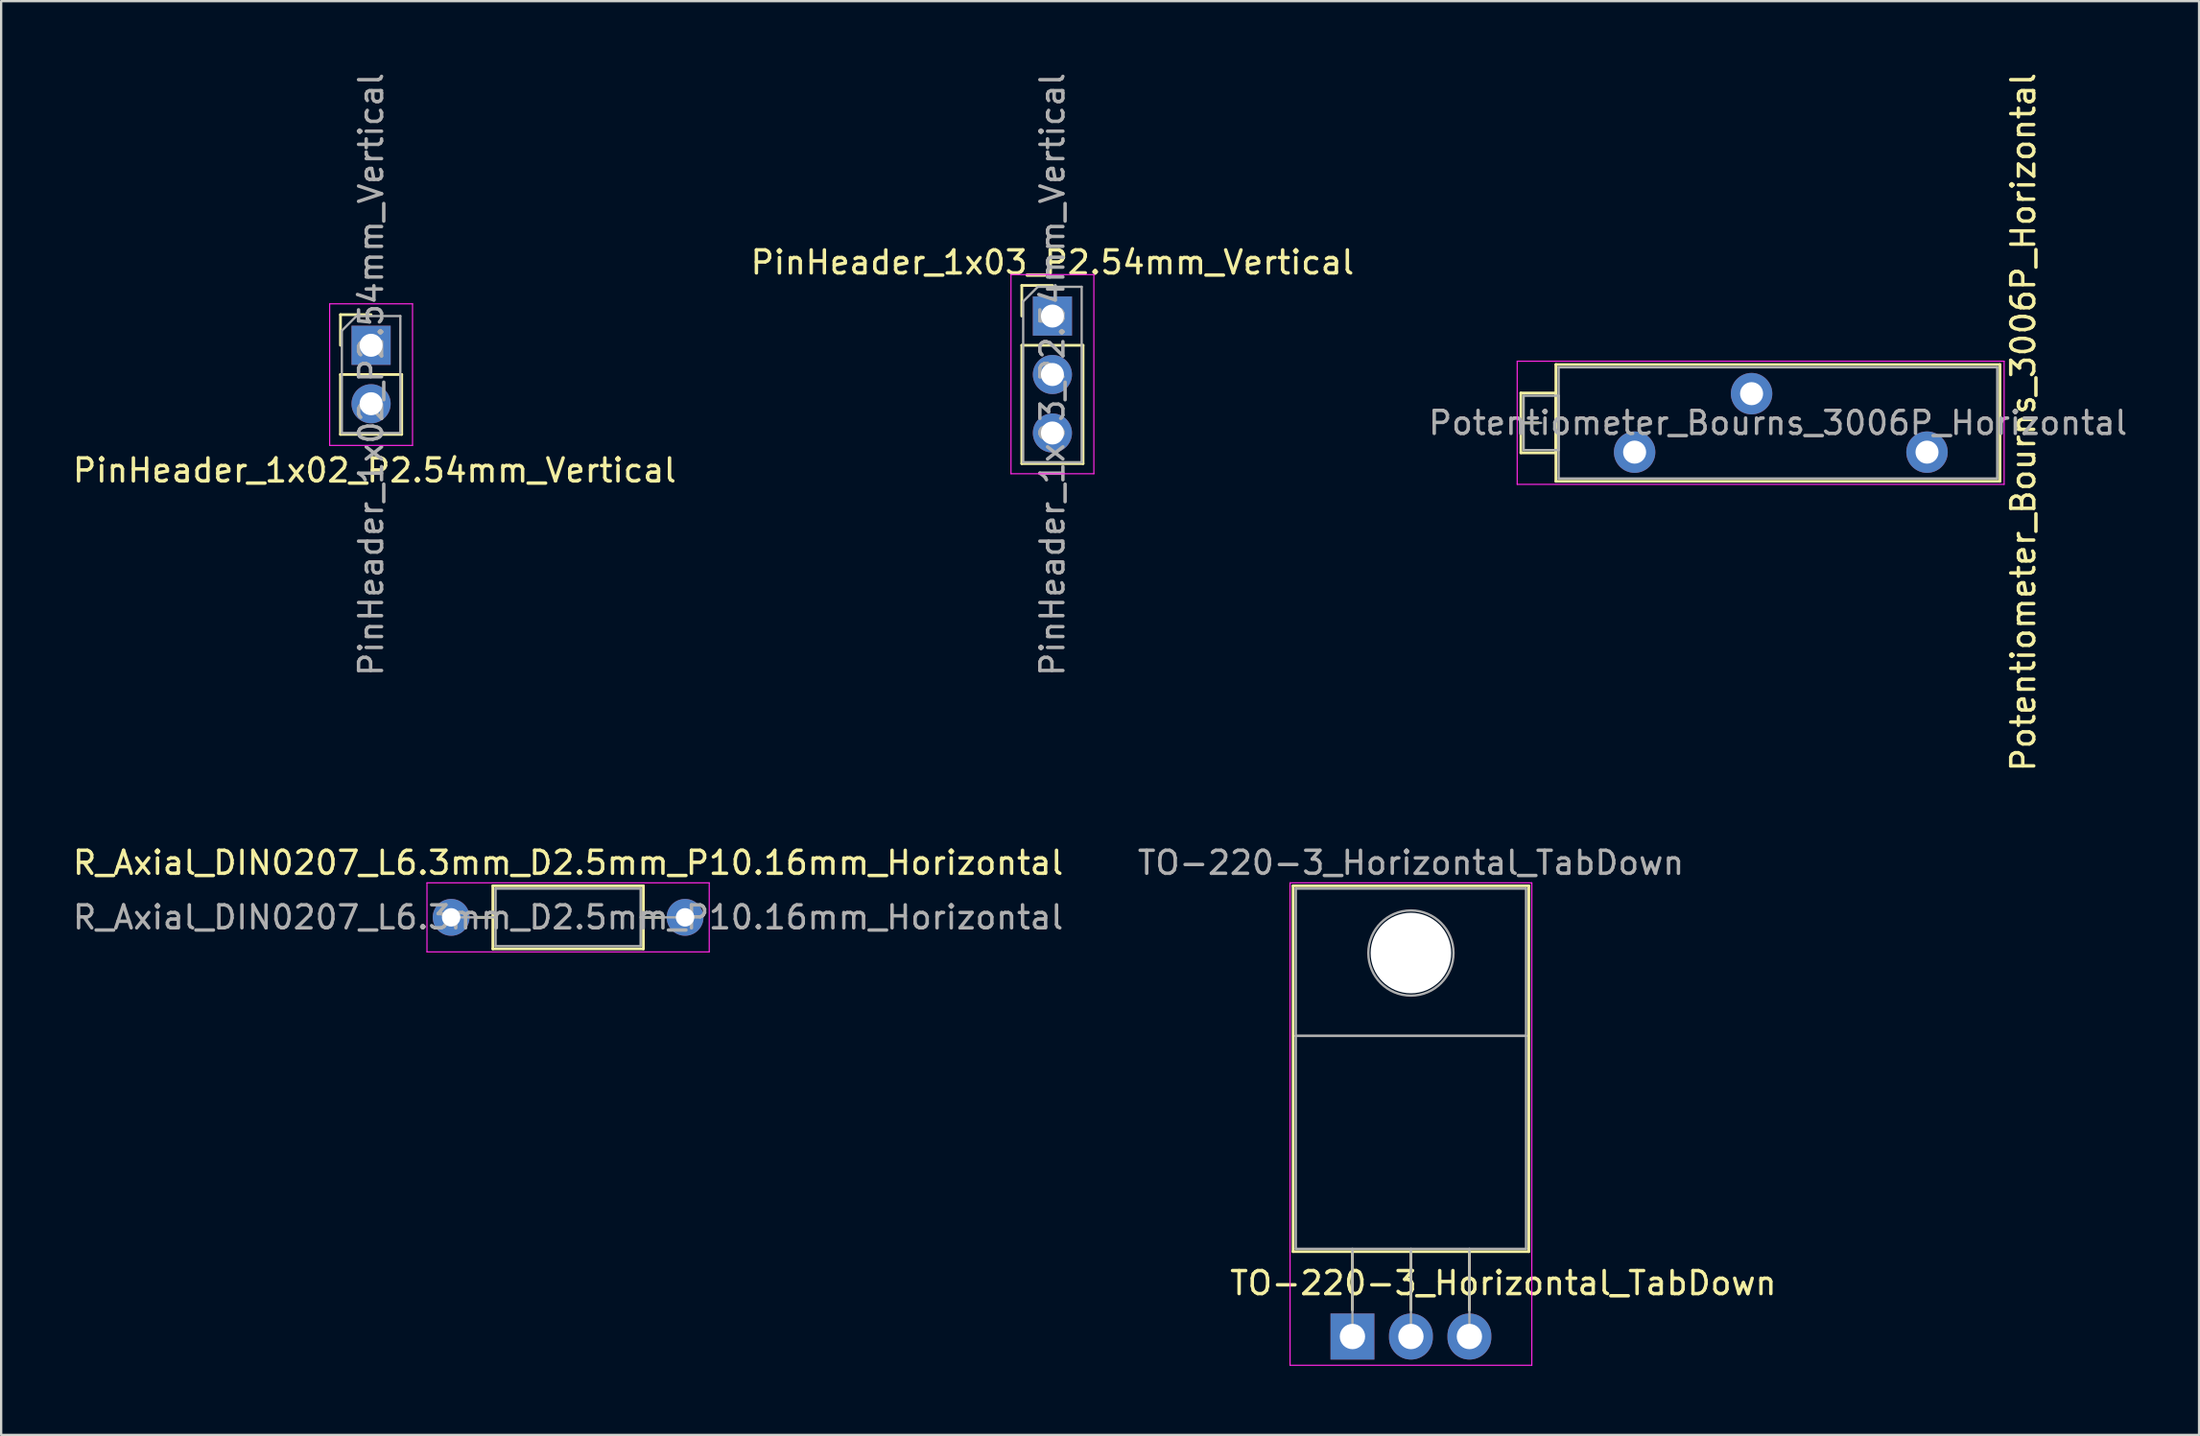
<source format=kicad_pcb>
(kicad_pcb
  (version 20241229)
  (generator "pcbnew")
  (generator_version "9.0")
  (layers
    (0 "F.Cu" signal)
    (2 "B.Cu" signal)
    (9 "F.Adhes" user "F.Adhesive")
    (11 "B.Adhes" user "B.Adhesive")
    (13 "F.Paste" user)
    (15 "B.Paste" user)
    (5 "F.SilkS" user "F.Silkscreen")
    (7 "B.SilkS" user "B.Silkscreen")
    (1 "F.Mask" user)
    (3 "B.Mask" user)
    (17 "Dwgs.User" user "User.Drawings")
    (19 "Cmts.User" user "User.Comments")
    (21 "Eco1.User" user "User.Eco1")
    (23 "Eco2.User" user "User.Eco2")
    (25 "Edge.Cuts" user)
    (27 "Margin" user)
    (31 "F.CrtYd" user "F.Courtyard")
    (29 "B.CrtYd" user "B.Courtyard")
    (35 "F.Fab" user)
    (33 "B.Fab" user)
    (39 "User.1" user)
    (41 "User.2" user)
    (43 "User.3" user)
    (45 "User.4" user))
  (footprint "PinHeader_1x03_P2.54mm_Vertical"
    (layer "F.Cu")
    (at 42.661 10.68)
    (property "Reference" "PinHeader_1x03_P2.54mm_Vertical" (at 0 -2.33 0) (layer "F.SilkS") (effects (font (size 1 1) (thickness 0.15))))
    (attr through_hole)
    (fp_line (start -1.33 -1.33) (end 0 -1.33) (stroke (width 0.12) (type solid)) (layer "F.SilkS"))
    (fp_line (start -1.33 0) (end -1.33 -1.33) (stroke (width 0.12) (type solid)) (layer "F.SilkS"))
    (fp_line (start -1.33 1.27) (end -1.33 6.41) (stroke (width 0.12) (type solid)) (layer "F.SilkS"))
    (fp_line (start -1.33 1.27) (end 1.33 1.27) (stroke (width 0.12) (type solid)) (layer "F.SilkS"))
    (fp_line (start -1.33 6.41) (end 1.33 6.41) (stroke (width 0.12) (type solid)) (layer "F.SilkS"))
    (fp_line (start 1.33 1.27) (end 1.33 6.41) (stroke (width 0.12) (type solid)) (layer "F.SilkS"))
    (fp_line (start -1.8 -1.8) (end -1.8 6.85) (stroke (width 0.05) (type solid)) (layer "F.CrtYd"))
    (fp_line (start -1.8 6.85) (end 1.8 6.85) (stroke (width 0.05) (type solid)) (layer "F.CrtYd"))
    (fp_line (start 1.8 -1.8) (end -1.8 -1.8) (stroke (width 0.05) (type solid)) (layer "F.CrtYd"))
    (fp_line (start 1.8 6.85) (end 1.8 -1.8) (stroke (width 0.05) (type solid)) (layer "F.CrtYd"))
    (fp_line (start -1.27 -0.635) (end -0.635 -1.27) (stroke (width 0.1) (type solid)) (layer "F.Fab"))
    (fp_line (start -1.27 6.35) (end -1.27 -0.635) (stroke (width 0.1) (type solid)) (layer "F.Fab"))
    (fp_line (start -0.635 -1.27) (end 1.27 -1.27) (stroke (width 0.1) (type solid)) (layer "F.Fab"))
    (fp_line (start 1.27 -1.27) (end 1.27 6.35) (stroke (width 0.1) (type solid)) (layer "F.Fab"))
    (fp_line (start 1.27 6.35) (end -1.27 6.35) (stroke (width 0.1) (type solid)) (layer "F.Fab"))
    (fp_text user "${REFERENCE}" (at 0 2.54 90) (layer "F.Fab") (effects (font (size 1 1) (thickness 0.15))))
    (pad "1" thru_hole rect (at 0 0) (size 1.7 1.7) (drill 1) (layers "*.Cu" "*.Mask"))
    (pad "2" thru_hole oval (at 0 2.54) (size 1.7 1.7) (drill 1) (layers "*.Cu" "*.Mask"))
    (pad "3" thru_hole oval (at 0 5.08) (size 1.7 1.7) (drill 1) (layers "*.Cu" "*.Mask")))
  (footprint "PinHeader_1x02_P2.54mm_Vertical"
    (layer "F.Cu")
    (at 13.068 11.95)
    (property "Reference" "PinHeader_1x02_P2.54mm_Vertical" (at 0.152 5.436 0) (layer "F.SilkS") (effects (font (size 1 1) (thickness 0.15))))
    (attr through_hole)
    (fp_line (start -1.33 -1.33) (end 0 -1.33) (stroke (width 0.12) (type solid)) (layer "F.SilkS"))
    (fp_line (start -1.33 0) (end -1.33 -1.33) (stroke (width 0.12) (type solid)) (layer "F.SilkS"))
    (fp_line (start -1.33 1.27) (end -1.33 3.87) (stroke (width 0.12) (type solid)) (layer "F.SilkS"))
    (fp_line (start -1.33 1.27) (end 1.33 1.27) (stroke (width 0.12) (type solid)) (layer "F.SilkS"))
    (fp_line (start -1.33 3.87) (end 1.33 3.87) (stroke (width 0.12) (type solid)) (layer "F.SilkS"))
    (fp_line (start 1.33 1.27) (end 1.33 3.87) (stroke (width 0.12) (type solid)) (layer "F.SilkS"))
    (fp_line (start -1.8 -1.8) (end -1.8 4.35) (stroke (width 0.05) (type solid)) (layer "F.CrtYd"))
    (fp_line (start -1.8 4.35) (end 1.8 4.35) (stroke (width 0.05) (type solid)) (layer "F.CrtYd"))
    (fp_line (start 1.8 -1.8) (end -1.8 -1.8) (stroke (width 0.05) (type solid)) (layer "F.CrtYd"))
    (fp_line (start 1.8 4.35) (end 1.8 -1.8) (stroke (width 0.05) (type solid)) (layer "F.CrtYd"))
    (fp_line (start -1.27 -0.635) (end -0.635 -1.27) (stroke (width 0.1) (type solid)) (layer "F.Fab"))
    (fp_line (start -1.27 3.81) (end -1.27 -0.635) (stroke (width 0.1) (type solid)) (layer "F.Fab"))
    (fp_line (start -0.635 -1.27) (end 1.27 -1.27) (stroke (width 0.1) (type solid)) (layer "F.Fab"))
    (fp_line (start 1.27 -1.27) (end 1.27 3.81) (stroke (width 0.1) (type solid)) (layer "F.Fab"))
    (fp_line (start 1.27 3.81) (end -1.27 3.81) (stroke (width 0.1) (type solid)) (layer "F.Fab"))
    (fp_text user "${REFERENCE}" (at 0 1.27 270) (layer "F.Fab") (effects (font (size 1 1) (thickness 0.15))))
    (pad "1" thru_hole rect (at 0 0) (size 1.7 1.7) (drill 1) (layers "*.Cu" "*.Mask"))
    (pad "2" thru_hole oval (at 0 2.54) (size 1.7 1.7) (drill 1) (layers "*.Cu" "*.Mask")))
  (footprint "R_Axial_DIN0207_L6.3mm_D2.5mm_P10.16mm_Horizontal"
    (layer "F.Cu")
    (at 16.545 36.802)
    (property "Reference" "R_Axial_DIN0207_L6.3mm_D2.5mm_P10.16mm_Horizontal" (at 5.08 -2.37 0) (layer "F.SilkS") (effects (font (size 1 1) (thickness 0.15))))
    (attr through_hole)
    (fp_line (start 1.04 0) (end 1.81 0) (stroke (width 0.12) (type solid)) (layer "F.SilkS"))
    (fp_line (start 1.81 -1.37) (end 1.81 1.37) (stroke (width 0.12) (type solid)) (layer "F.SilkS"))
    (fp_line (start 1.81 1.37) (end 8.35 1.37) (stroke (width 0.12) (type solid)) (layer "F.SilkS"))
    (fp_line (start 8.35 -1.37) (end 1.81 -1.37) (stroke (width 0.12) (type solid)) (layer "F.SilkS"))
    (fp_line (start 8.35 1.37) (end 8.35 -1.37) (stroke (width 0.12) (type solid)) (layer "F.SilkS"))
    (fp_line (start 9.12 0) (end 8.35 0) (stroke (width 0.12) (type solid)) (layer "F.SilkS"))
    (fp_line (start -1.05 -1.5) (end -1.05 1.5) (stroke (width 0.05) (type solid)) (layer "F.CrtYd"))
    (fp_line (start -1.05 1.5) (end 11.21 1.5) (stroke (width 0.05) (type solid)) (layer "F.CrtYd"))
    (fp_line (start 11.21 -1.5) (end -1.05 -1.5) (stroke (width 0.05) (type solid)) (layer "F.CrtYd"))
    (fp_line (start 11.21 1.5) (end 11.21 -1.5) (stroke (width 0.05) (type solid)) (layer "F.CrtYd"))
    (fp_line (start 0 0) (end 1.93 0) (stroke (width 0.1) (type solid)) (layer "F.Fab"))
    (fp_line (start 1.93 -1.25) (end 1.93 1.25) (stroke (width 0.1) (type solid)) (layer "F.Fab"))
    (fp_line (start 1.93 1.25) (end 8.23 1.25) (stroke (width 0.1) (type solid)) (layer "F.Fab"))
    (fp_line (start 8.23 -1.25) (end 1.93 -1.25) (stroke (width 0.1) (type solid)) (layer "F.Fab"))
    (fp_line (start 8.23 1.25) (end 8.23 -1.25) (stroke (width 0.1) (type solid)) (layer "F.Fab"))
    (fp_line (start 10.16 0) (end 8.23 0) (stroke (width 0.1) (type solid)) (layer "F.Fab"))
    (fp_text user "${REFERENCE}" (at 5.08 0 0) (layer "F.Fab") (effects (font (size 1 1) (thickness 0.15))))
    (pad "1" thru_hole circle (at 0 0) (size 1.6 1.6) (drill 0.8) (layers "*.Cu" "*.Mask"))
    (pad "2" thru_hole oval (at 10.16 0) (size 1.6 1.6) (drill 0.8) (layers "*.Cu" "*.Mask")))
  (footprint "Potentiometer_Bourns_3006P_Horizontal"
    (layer "F.Cu")
    (at 80.648 16.592)
    (property "Reference" "Potentiometer_Bourns_3006P_Horizontal" (at 4.18 -1.3 270) (layer "F.SilkS") (effects (font (size 1 1) (thickness 0.15))))
    (attr through_hole)
    (fp_line (start -17.64 -2.569) (end -17.64 0.03) (stroke (width 0.12) (type solid)) (layer "F.SilkS"))
    (fp_line (start -17.64 -2.569) (end -16.121 -2.569) (stroke (width 0.12) (type solid)) (layer "F.SilkS"))
    (fp_line (start -17.64 -1.27) (end -16.881 -1.27) (stroke (width 0.12) (type solid)) (layer "F.SilkS"))
    (fp_line (start -17.64 0.03) (end -16.121 0.03) (stroke (width 0.12) (type solid)) (layer "F.SilkS"))
    (fp_line (start -16.121 -2.569) (end -16.121 0.03) (stroke (width 0.12) (type solid)) (layer "F.SilkS"))
    (fp_line (start -16.12 -3.805) (end -16.12 1.265) (stroke (width 0.12) (type solid)) (layer "F.SilkS"))
    (fp_line (start -16.12 -3.805) (end 3.17 -3.805) (stroke (width 0.12) (type solid)) (layer "F.SilkS"))
    (fp_line (start -16.12 1.265) (end 3.17 1.265) (stroke (width 0.12) (type solid)) (layer "F.SilkS"))
    (fp_line (start 3.17 -3.805) (end 3.17 1.265) (stroke (width 0.12) (type solid)) (layer "F.SilkS"))
    (fp_line (start -17.8 -3.95) (end -17.8 1.4) (stroke (width 0.05) (type solid)) (layer "F.CrtYd"))
    (fp_line (start -17.8 1.4) (end 3.35 1.4) (stroke (width 0.05) (type solid)) (layer "F.CrtYd"))
    (fp_line (start 3.35 -3.95) (end -17.8 -3.95) (stroke (width 0.05) (type solid)) (layer "F.CrtYd"))
    (fp_line (start 3.35 1.4) (end 3.35 -3.95) (stroke (width 0.05) (type solid)) (layer "F.CrtYd"))
    (fp_line (start -17.52 -2.45) (end -17.52 -0.09) (stroke (width 0.1) (type solid)) (layer "F.Fab"))
    (fp_line (start -17.52 -1.27) (end -16.76 -1.27) (stroke (width 0.1) (type solid)) (layer "F.Fab"))
    (fp_line (start -17.52 -0.09) (end -16 -0.09) (stroke (width 0.1) (type solid)) (layer "F.Fab"))
    (fp_line (start -16 -3.685) (end -16 1.145) (stroke (width 0.1) (type solid)) (layer "F.Fab"))
    (fp_line (start -16 -2.45) (end -17.52 -2.45) (stroke (width 0.1) (type solid)) (layer "F.Fab"))
    (fp_line (start -16 -0.09) (end -16 -2.45) (stroke (width 0.1) (type solid)) (layer "F.Fab"))
    (fp_line (start -16 1.145) (end 3.05 1.145) (stroke (width 0.1) (type solid)) (layer "F.Fab"))
    (fp_line (start 3.05 -3.685) (end -16 -3.685) (stroke (width 0.1) (type solid)) (layer "F.Fab"))
    (fp_line (start 3.05 1.145) (end 3.05 -3.685) (stroke (width 0.1) (type solid)) (layer "F.Fab"))
    (fp_text user "${REFERENCE}" (at -6.475 -1.27 180) (layer "F.Fab") (effects (font (size 1 1) (thickness 0.15))))
    (pad "1" thru_hole circle (at 0 0) (size 1.8 1.8) (drill 1) (layers "*.Cu" "*.Mask"))
    (pad "2" thru_hole circle (at -7.62 -2.54) (size 1.8 1.8) (drill 1) (layers "*.Cu" "*.Mask"))
    (pad "3" thru_hole circle (at -12.7 0) (size 1.8 1.8) (drill 1) (layers "*.Cu" "*.Mask")))
  (footprint "TO-220-3_Horizontal_TabDown"
    (layer "F.Cu")
    (at 55.692 55.012)
    (property "Reference" "TO-220-3_Horizontal_TabDown" (at 6.553 -2.321 180) (layer "F.SilkS") (effects (font (size 1 1) (thickness 0.15))))
    (attr through_hole)
    (fp_line (start -2.58 -19.58) (end -2.58 -3.69) (stroke (width 0.12) (type solid)) (layer "F.SilkS"))
    (fp_line (start -2.58 -19.58) (end 7.66 -19.58) (stroke (width 0.12) (type solid)) (layer "F.SilkS"))
    (fp_line (start -2.58 -3.69) (end 7.66 -3.69) (stroke (width 0.12) (type solid)) (layer "F.SilkS"))
    (fp_line (start 0 -3.69) (end 0 -1.15) (stroke (width 0.12) (type solid)) (layer "F.SilkS"))
    (fp_line (start 2.54 -3.69) (end 2.54 -1.15) (stroke (width 0.12) (type solid)) (layer "F.SilkS"))
    (fp_line (start 5.08 -3.69) (end 5.08 -1.15) (stroke (width 0.12) (type solid)) (layer "F.SilkS"))
    (fp_line (start 7.66 -19.58) (end 7.66 -3.69) (stroke (width 0.12) (type solid)) (layer "F.SilkS"))
    (fp_line (start -2.71 -19.71) (end -2.71 1.25) (stroke (width 0.05) (type solid)) (layer "F.CrtYd"))
    (fp_line (start -2.71 1.25) (end 7.79 1.25) (stroke (width 0.05) (type solid)) (layer "F.CrtYd"))
    (fp_line (start 7.79 -19.71) (end -2.71 -19.71) (stroke (width 0.05) (type solid)) (layer "F.CrtYd"))
    (fp_line (start 7.79 1.25) (end 7.79 -19.71) (stroke (width 0.05) (type solid)) (layer "F.CrtYd"))
    (fp_line (start -2.46 -19.46) (end 7.54 -19.46) (stroke (width 0.1) (type solid)) (layer "F.Fab"))
    (fp_line (start -2.46 -13.06) (end -2.46 -19.46) (stroke (width 0.1) (type solid)) (layer "F.Fab"))
    (fp_line (start -2.46 -13.06) (end 7.54 -13.06) (stroke (width 0.1) (type solid)) (layer "F.Fab"))
    (fp_line (start -2.46 -3.81) (end -2.46 -13.06) (stroke (width 0.1) (type solid)) (layer "F.Fab"))
    (fp_line (start 0 -3.81) (end 0 0) (stroke (width 0.1) (type solid)) (layer "F.Fab"))
    (fp_line (start 2.54 -3.81) (end 2.54 0) (stroke (width 0.1) (type solid)) (layer "F.Fab"))
    (fp_line (start 5.08 -3.81) (end 5.08 0) (stroke (width 0.1) (type solid)) (layer "F.Fab"))
    (fp_line (start 7.54 -19.46) (end 7.54 -13.06) (stroke (width 0.1) (type solid)) (layer "F.Fab"))
    (fp_line (start 7.54 -13.06) (end -2.46 -13.06) (stroke (width 0.1) (type solid)) (layer "F.Fab"))
    (fp_line (start 7.54 -13.06) (end 7.54 -3.81) (stroke (width 0.1) (type solid)) (layer "F.Fab"))
    (fp_line (start 7.54 -3.81) (end -2.46 -3.81) (stroke (width 0.1) (type solid)) (layer "F.Fab"))
    (fp_circle (center 2.54 -16.66) (end 4.39 -16.66) (stroke (width 0.1) (type solid)) (fill no) (layer "F.Fab"))
    (fp_text user "${REFERENCE}" (at 2.54 -20.58 180) (layer "F.Fab") (effects (font (size 1 1) (thickness 0.15))))
    (pad "" np_thru_hole oval (at 2.54 -16.66) (size 3.5 3.5) (drill 3.5) (layers "*.Cu" "*.Mask"))
    (pad "1" thru_hole rect (at 0 0) (size 1.905 2) (drill 1.1) (layers "*.Cu" "*.Mask"))
    (pad "2" thru_hole oval (at 2.54 0) (size 1.905 2) (drill 1.1) (layers "*.Cu" "*.Mask"))
    (pad "3" thru_hole oval (at 5.08 0) (size 1.905 2) (drill 1.1) (layers "*.Cu" "*.Mask")))
  (gr_rect
    (start -3 -3)
    (end 92.464 59.287)
    (stroke (width 0.1) (type default))
    (fill no)
    (layer "Edge.Cuts")))
</source>
